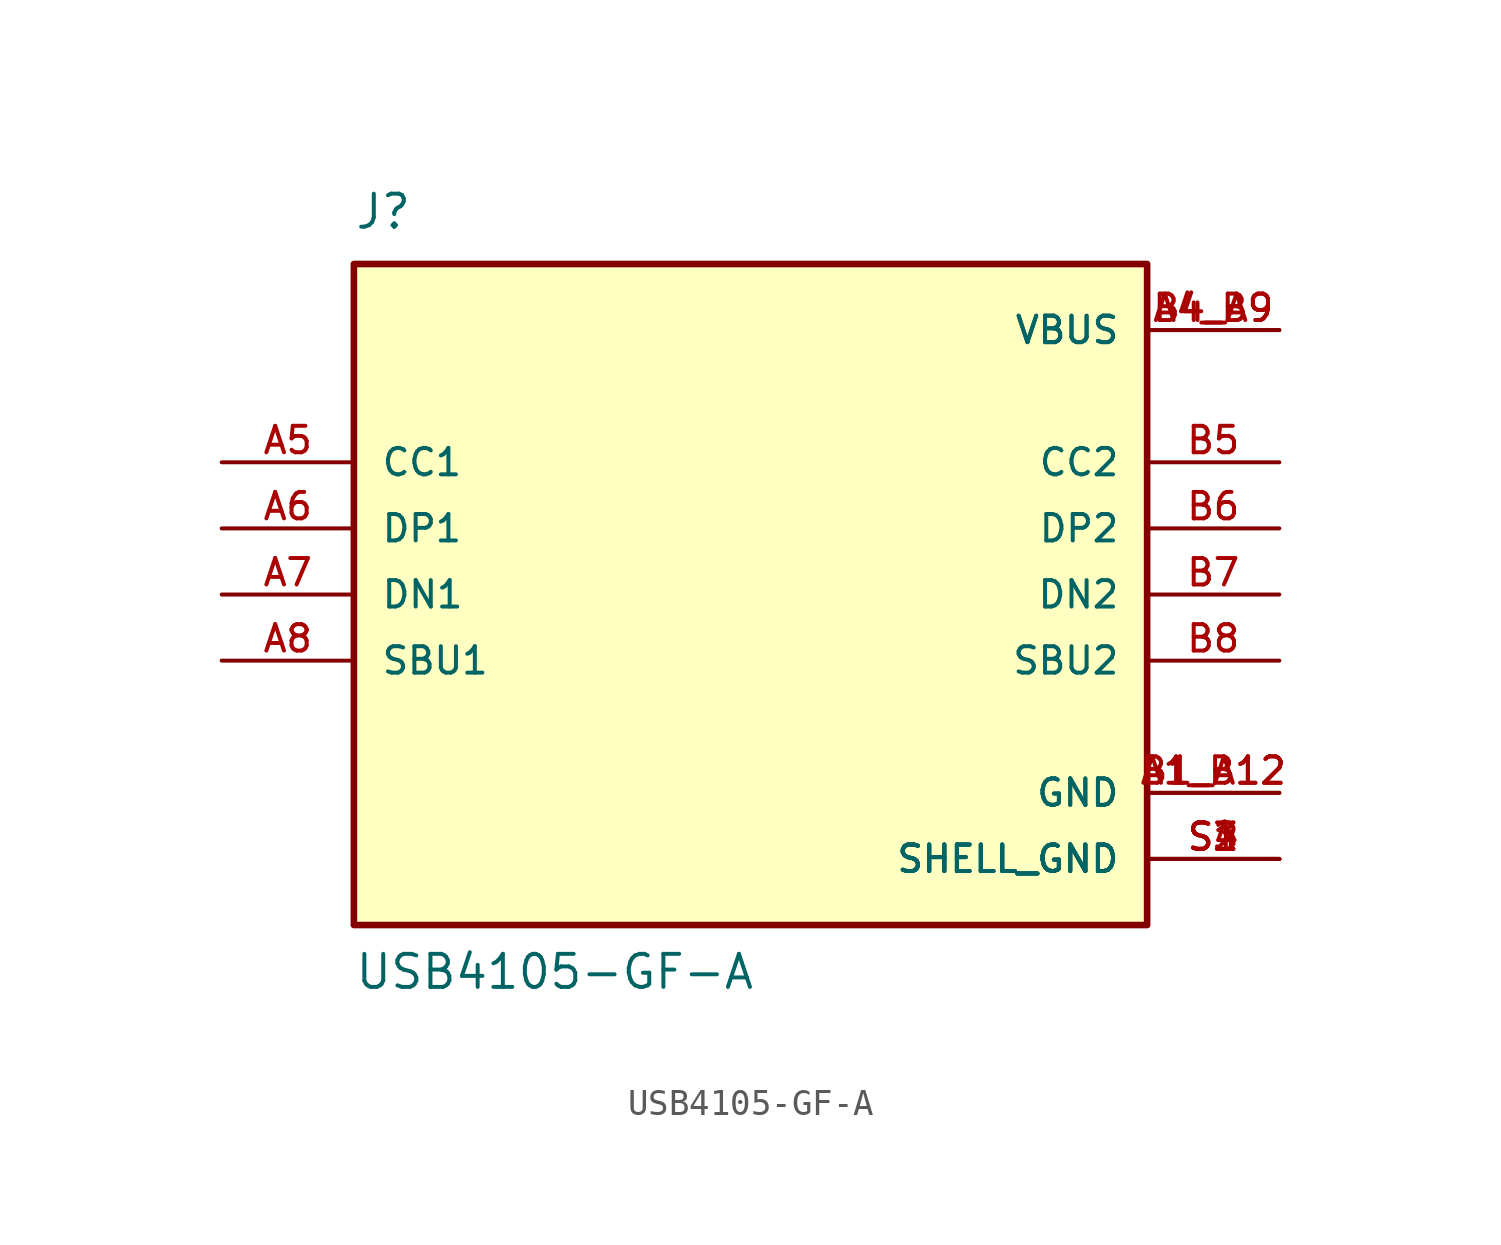
<source format=kicad_sym>
(kicad_symbol_lib
  (version 20220914)
  (generator kicad_symbol_editor)
  (symbol "USB4105-GF-A"
    (pin_names
      (offset 1.016))
    (property "Reference" "J"
      (at -15.24 13.97 0)
      (effects (font (size 1.27 1.27)) (justify left bottom)))
    (property "Value" "USB4105-GF-A"
      (at -15.24 -15.24 0)
      (effects (font (size 1.27 1.27)) (justify left bottom)))
    (property "ki_locked" ""
      (at 0 0 0)
      (effects (font (size 1.27 1.27))))
    (symbol "USB4105-GF-A_0_0"
      (rectangle (start -15.24 -12.7) (end 15.24 12.7) (stroke (width 0.254) (type default)) (fill (type background)))
      (pin power_in line (at 20.32 -7.62 180) (length 5.08) (name "GND" (effects (font (size 1.016 1.016)))) (number "A1_B12" (effects (font (size 1.016 1.016)))))
      (pin power_in line (at 20.32 10.16 180) (length 5.08) (name "VBUS" (effects (font (size 1.016 1.016)))) (number "A4_B9" (effects (font (size 1.016 1.016)))))
      (pin bidirectional line (at -20.32 5.08 0) (length 5.08) (name "CC1" (effects (font (size 1.016 1.016)))) (number "A5" (effects (font (size 1.016 1.016)))))
      (pin bidirectional line (at -20.32 2.54 0) (length 5.08) (name "DP1" (effects (font (size 1.016 1.016)))) (number "A6" (effects (font (size 1.016 1.016)))))
      (pin bidirectional line (at -20.32 0 0) (length 5.08) (name "DN1" (effects (font (size 1.016 1.016)))) (number "A7" (effects (font (size 1.016 1.016)))))
      (pin bidirectional line (at -20.32 -2.54 0) (length 5.08) (name "SBU1" (effects (font (size 1.016 1.016)))) (number "A8" (effects (font (size 1.016 1.016)))))
      (pin power_in line (at 20.32 -7.62 180) (length 5.08) (name "GND" (effects (font (size 1.016 1.016)))) (number "B1_A12" (effects (font (size 1.016 1.016)))))
      (pin power_in line (at 20.32 10.16 180) (length 5.08) (name "VBUS" (effects (font (size 1.016 1.016)))) (number "B4_A9" (effects (font (size 1.016 1.016)))))
      (pin bidirectional line (at 20.32 5.08 180) (length 5.08) (name "CC2" (effects (font (size 1.016 1.016)))) (number "B5" (effects (font (size 1.016 1.016)))))
      (pin bidirectional line (at 20.32 2.54 180) (length 5.08) (name "DP2" (effects (font (size 1.016 1.016)))) (number "B6" (effects (font (size 1.016 1.016)))))
      (pin bidirectional line (at 20.32 0 180) (length 5.08) (name "DN2" (effects (font (size 1.016 1.016)))) (number "B7" (effects (font (size 1.016 1.016)))))
      (pin bidirectional line (at 20.32 -2.54 180) (length 5.08) (name "SBU2" (effects (font (size 1.016 1.016)))) (number "B8" (effects (font (size 1.016 1.016)))))
      (pin power_in line (at 20.32 -10.16 180) (length 5.08) (name "SHELL_GND" (effects (font (size 1.016 1.016)))) (number "S1" (effects (font (size 1.016 1.016)))))
      (pin power_in line (at 20.32 -10.16 180) (length 5.08) (name "SHELL_GND" (effects (font (size 1.016 1.016)))) (number "S2" (effects (font (size 1.016 1.016)))))
      (pin power_in line (at 20.32 -10.16 180) (length 5.08) (name "SHELL_GND" (effects (font (size 1.016 1.016)))) (number "S3" (effects (font (size 1.016 1.016)))))
      (pin power_in line (at 20.32 -10.16 180) (length 5.08) (name "SHELL_GND" (effects (font (size 1.016 1.016)))) (number "S4" (effects (font (size 1.016 1.016))))))))
</source>
